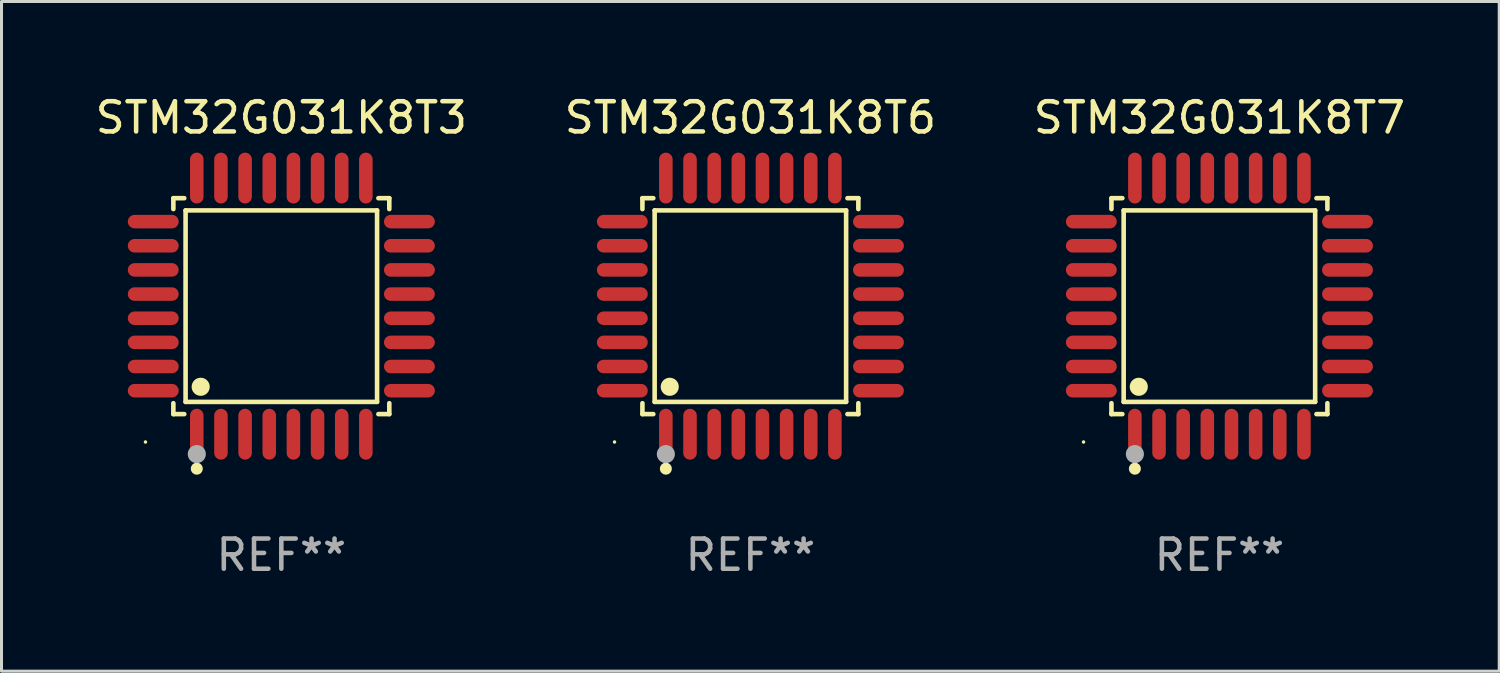
<source format=kicad_pcb>
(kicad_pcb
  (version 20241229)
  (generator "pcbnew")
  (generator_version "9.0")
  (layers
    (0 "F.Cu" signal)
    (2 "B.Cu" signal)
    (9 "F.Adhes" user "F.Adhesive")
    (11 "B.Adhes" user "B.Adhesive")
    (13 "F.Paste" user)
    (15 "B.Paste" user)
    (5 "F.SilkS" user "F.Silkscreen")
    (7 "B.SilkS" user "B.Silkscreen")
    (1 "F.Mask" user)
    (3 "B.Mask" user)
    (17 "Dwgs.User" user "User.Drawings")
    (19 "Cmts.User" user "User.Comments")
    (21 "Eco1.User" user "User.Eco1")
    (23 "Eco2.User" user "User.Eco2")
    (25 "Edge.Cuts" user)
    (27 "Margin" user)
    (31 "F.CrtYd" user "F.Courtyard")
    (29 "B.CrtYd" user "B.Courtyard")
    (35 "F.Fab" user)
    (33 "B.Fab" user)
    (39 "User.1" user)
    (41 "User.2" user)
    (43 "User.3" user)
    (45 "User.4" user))
  (footprint "STM32G031K8T6"
    (layer "F.Cu")
    (at 21.804 7.09)
    (property "Reference" "STM32G031K8T6" (at 0 -6.242 0) (layer "F.SilkS") (effects (font (size 1 1) (thickness 0.15))))
    (attr through_hole)
    (fp_line (start -3.576 -3.576) (end -3.215 -3.576) (stroke (width 0.152) (type solid)) (layer "F.SilkS"))
    (fp_line (start -3.576 -3.215) (end -3.576 -3.576) (stroke (width 0.152) (type solid)) (layer "F.SilkS"))
    (fp_line (start -3.576 3.215) (end -3.576 3.576) (stroke (width 0.152) (type solid)) (layer "F.SilkS"))
    (fp_line (start -3.576 3.576) (end -3.215 3.576) (stroke (width 0.152) (type solid)) (layer "F.SilkS"))
    (fp_line (start -3.171 -3.171) (end 3.171 -3.171) (stroke (width 0.152) (type solid)) (layer "F.SilkS"))
    (fp_line (start -3.171 3.171) (end -3.171 -3.171) (stroke (width 0.152) (type solid)) (layer "F.SilkS"))
    (fp_line (start 3.171 -3.171) (end 3.171 3.171) (stroke (width 0.152) (type solid)) (layer "F.SilkS"))
    (fp_line (start 3.171 3.171) (end -3.171 3.171) (stroke (width 0.152) (type solid)) (layer "F.SilkS"))
    (fp_line (start 3.576 -3.576) (end 3.215 -3.576) (stroke (width 0.152) (type solid)) (layer "F.SilkS"))
    (fp_line (start 3.576 -3.215) (end 3.576 -3.576) (stroke (width 0.152) (type solid)) (layer "F.SilkS"))
    (fp_line (start 3.576 3.215) (end 3.576 3.576) (stroke (width 0.152) (type solid)) (layer "F.SilkS"))
    (fp_line (start 3.576 3.576) (end 3.215 3.576) (stroke (width 0.152) (type solid)) (layer "F.SilkS"))
    (fp_circle (center -4.5 4.5) (end -4.47 4.5) (stroke (width 0.06) (type solid)) (fill no) (layer "F.SilkS"))
    (fp_circle (center -2.8 5.384) (end -2.7 5.384) (stroke (width 0.2) (type solid)) (fill no) (layer "F.SilkS"))
    (fp_circle (center -2.671 2.671) (end -2.521 2.671) (stroke (width 0.3) (type solid)) (fill no) (layer "F.SilkS"))
    (fp_circle (center -2.8 4.9) (end -2.65 4.9) (stroke (width 0.3) (type solid)) (fill no) (layer "F.Fab"))
    (fp_text user "REF**" (at 0 8.242 0) (layer "F.Fab") (effects (font (size 1 1) (thickness 0.15))))
    (pad "1" smd oval (at -2.8 4.242) (size 0.448 1.684) (layers "F.Cu" "F.Mask" "F.Paste"))
    (pad "2" smd oval (at -2 4.242) (size 0.448 1.684) (layers "F.Cu" "F.Mask" "F.Paste"))
    (pad "3" smd oval (at -1.2 4.242) (size 0.448 1.684) (layers "F.Cu" "F.Mask" "F.Paste"))
    (pad "4" smd oval (at -0.4 4.242) (size 0.448 1.684) (layers "F.Cu" "F.Mask" "F.Paste"))
    (pad "5" smd oval (at 0.4 4.242) (size 0.448 1.684) (layers "F.Cu" "F.Mask" "F.Paste"))
    (pad "6" smd oval (at 1.2 4.242) (size 0.448 1.684) (layers "F.Cu" "F.Mask" "F.Paste"))
    (pad "7" smd oval (at 2 4.242) (size 0.448 1.684) (layers "F.Cu" "F.Mask" "F.Paste"))
    (pad "8" smd oval (at 2.8 4.242) (size 0.448 1.684) (layers "F.Cu" "F.Mask" "F.Paste"))
    (pad "9" smd oval (at 4.242 2.8) (size 1.684 0.448) (layers "F.Cu" "F.Mask" "F.Paste"))
    (pad "10" smd oval (at 4.242 2) (size 1.684 0.448) (layers "F.Cu" "F.Mask" "F.Paste"))
    (pad "11" smd oval (at 4.242 1.2) (size 1.684 0.448) (layers "F.Cu" "F.Mask" "F.Paste"))
    (pad "12" smd oval (at 4.242 0.4) (size 1.684 0.448) (layers "F.Cu" "F.Mask" "F.Paste"))
    (pad "13" smd oval (at 4.242 -0.4) (size 1.684 0.448) (layers "F.Cu" "F.Mask" "F.Paste"))
    (pad "14" smd oval (at 4.242 -1.2) (size 1.684 0.448) (layers "F.Cu" "F.Mask" "F.Paste"))
    (pad "15" smd oval (at 4.242 -2) (size 1.684 0.448) (layers "F.Cu" "F.Mask" "F.Paste"))
    (pad "16" smd oval (at 4.242 -2.8) (size 1.684 0.448) (layers "F.Cu" "F.Mask" "F.Paste"))
    (pad "17" smd oval (at 2.8 -4.242) (size 0.448 1.684) (layers "F.Cu" "F.Mask" "F.Paste"))
    (pad "18" smd oval (at 2 -4.242) (size 0.448 1.684) (layers "F.Cu" "F.Mask" "F.Paste"))
    (pad "19" smd oval (at 1.2 -4.242) (size 0.448 1.684) (layers "F.Cu" "F.Mask" "F.Paste"))
    (pad "20" smd oval (at 0.4 -4.242) (size 0.448 1.684) (layers "F.Cu" "F.Mask" "F.Paste"))
    (pad "21" smd oval (at -0.4 -4.242) (size 0.448 1.684) (layers "F.Cu" "F.Mask" "F.Paste"))
    (pad "22" smd oval (at -1.2 -4.242) (size 0.448 1.684) (layers "F.Cu" "F.Mask" "F.Paste"))
    (pad "23" smd oval (at -2 -4.242) (size 0.448 1.684) (layers "F.Cu" "F.Mask" "F.Paste"))
    (pad "24" smd oval (at -2.8 -4.242) (size 0.448 1.684) (layers "F.Cu" "F.Mask" "F.Paste"))
    (pad "25" smd oval (at -4.242 -2.8) (size 1.684 0.448) (layers "F.Cu" "F.Mask" "F.Paste"))
    (pad "26" smd oval (at -4.242 -2) (size 1.684 0.448) (layers "F.Cu" "F.Mask" "F.Paste"))
    (pad "27" smd oval (at -4.242 -1.2) (size 1.684 0.448) (layers "F.Cu" "F.Mask" "F.Paste"))
    (pad "28" smd oval (at -4.242 -0.4) (size 1.684 0.448) (layers "F.Cu" "F.Mask" "F.Paste"))
    (pad "29" smd oval (at -4.242 0.4) (size 1.684 0.448) (layers "F.Cu" "F.Mask" "F.Paste"))
    (pad "30" smd oval (at -4.242 1.2) (size 1.684 0.448) (layers "F.Cu" "F.Mask" "F.Paste"))
    (pad "31" smd oval (at -4.242 2) (size 1.684 0.448) (layers "F.Cu" "F.Mask" "F.Paste"))
    (pad "32" smd oval (at -4.242 2.8) (size 1.684 0.448) (layers "F.Cu" "F.Mask" "F.Paste")))
  (footprint "STM32G031K8T3"
    (layer "F.Cu")
    (at 6.268 7.09)
    (property "Reference" "STM32G031K8T3" (at 0 -6.242 0) (layer "F.SilkS") (effects (font (size 1 1) (thickness 0.15))))
    (attr through_hole)
    (fp_line (start -3.576 -3.576) (end -3.215 -3.576) (stroke (width 0.152) (type solid)) (layer "F.SilkS"))
    (fp_line (start -3.576 -3.215) (end -3.576 -3.576) (stroke (width 0.152) (type solid)) (layer "F.SilkS"))
    (fp_line (start -3.576 3.215) (end -3.576 3.576) (stroke (width 0.152) (type solid)) (layer "F.SilkS"))
    (fp_line (start -3.576 3.576) (end -3.215 3.576) (stroke (width 0.152) (type solid)) (layer "F.SilkS"))
    (fp_line (start -3.171 -3.171) (end 3.171 -3.171) (stroke (width 0.152) (type solid)) (layer "F.SilkS"))
    (fp_line (start -3.171 3.171) (end -3.171 -3.171) (stroke (width 0.152) (type solid)) (layer "F.SilkS"))
    (fp_line (start 3.171 -3.171) (end 3.171 3.171) (stroke (width 0.152) (type solid)) (layer "F.SilkS"))
    (fp_line (start 3.171 3.171) (end -3.171 3.171) (stroke (width 0.152) (type solid)) (layer "F.SilkS"))
    (fp_line (start 3.576 -3.576) (end 3.215 -3.576) (stroke (width 0.152) (type solid)) (layer "F.SilkS"))
    (fp_line (start 3.576 -3.215) (end 3.576 -3.576) (stroke (width 0.152) (type solid)) (layer "F.SilkS"))
    (fp_line (start 3.576 3.215) (end 3.576 3.576) (stroke (width 0.152) (type solid)) (layer "F.SilkS"))
    (fp_line (start 3.576 3.576) (end 3.215 3.576) (stroke (width 0.152) (type solid)) (layer "F.SilkS"))
    (fp_circle (center -4.5 4.5) (end -4.47 4.5) (stroke (width 0.06) (type solid)) (fill no) (layer "F.SilkS"))
    (fp_circle (center -2.8 5.384) (end -2.7 5.384) (stroke (width 0.2) (type solid)) (fill no) (layer "F.SilkS"))
    (fp_circle (center -2.671 2.671) (end -2.521 2.671) (stroke (width 0.3) (type solid)) (fill no) (layer "F.SilkS"))
    (fp_circle (center -2.8 4.9) (end -2.65 4.9) (stroke (width 0.3) (type solid)) (fill no) (layer "F.Fab"))
    (fp_text user "REF**" (at 0 8.242 0) (layer "F.Fab") (effects (font (size 1 1) (thickness 0.15))))
    (pad "1" smd oval (at -2.8 4.242) (size 0.448 1.684) (layers "F.Cu" "F.Mask" "F.Paste"))
    (pad "2" smd oval (at -2 4.242) (size 0.448 1.684) (layers "F.Cu" "F.Mask" "F.Paste"))
    (pad "3" smd oval (at -1.2 4.242) (size 0.448 1.684) (layers "F.Cu" "F.Mask" "F.Paste"))
    (pad "4" smd oval (at -0.4 4.242) (size 0.448 1.684) (layers "F.Cu" "F.Mask" "F.Paste"))
    (pad "5" smd oval (at 0.4 4.242) (size 0.448 1.684) (layers "F.Cu" "F.Mask" "F.Paste"))
    (pad "6" smd oval (at 1.2 4.242) (size 0.448 1.684) (layers "F.Cu" "F.Mask" "F.Paste"))
    (pad "7" smd oval (at 2 4.242) (size 0.448 1.684) (layers "F.Cu" "F.Mask" "F.Paste"))
    (pad "8" smd oval (at 2.8 4.242) (size 0.448 1.684) (layers "F.Cu" "F.Mask" "F.Paste"))
    (pad "9" smd oval (at 4.242 2.8) (size 1.684 0.448) (layers "F.Cu" "F.Mask" "F.Paste"))
    (pad "10" smd oval (at 4.242 2) (size 1.684 0.448) (layers "F.Cu" "F.Mask" "F.Paste"))
    (pad "11" smd oval (at 4.242 1.2) (size 1.684 0.448) (layers "F.Cu" "F.Mask" "F.Paste"))
    (pad "12" smd oval (at 4.242 0.4) (size 1.684 0.448) (layers "F.Cu" "F.Mask" "F.Paste"))
    (pad "13" smd oval (at 4.242 -0.4) (size 1.684 0.448) (layers "F.Cu" "F.Mask" "F.Paste"))
    (pad "14" smd oval (at 4.242 -1.2) (size 1.684 0.448) (layers "F.Cu" "F.Mask" "F.Paste"))
    (pad "15" smd oval (at 4.242 -2) (size 1.684 0.448) (layers "F.Cu" "F.Mask" "F.Paste"))
    (pad "16" smd oval (at 4.242 -2.8) (size 1.684 0.448) (layers "F.Cu" "F.Mask" "F.Paste"))
    (pad "17" smd oval (at 2.8 -4.242) (size 0.448 1.684) (layers "F.Cu" "F.Mask" "F.Paste"))
    (pad "18" smd oval (at 2 -4.242) (size 0.448 1.684) (layers "F.Cu" "F.Mask" "F.Paste"))
    (pad "19" smd oval (at 1.2 -4.242) (size 0.448 1.684) (layers "F.Cu" "F.Mask" "F.Paste"))
    (pad "20" smd oval (at 0.4 -4.242) (size 0.448 1.684) (layers "F.Cu" "F.Mask" "F.Paste"))
    (pad "21" smd oval (at -0.4 -4.242) (size 0.448 1.684) (layers "F.Cu" "F.Mask" "F.Paste"))
    (pad "22" smd oval (at -1.2 -4.242) (size 0.448 1.684) (layers "F.Cu" "F.Mask" "F.Paste"))
    (pad "23" smd oval (at -2 -4.242) (size 0.448 1.684) (layers "F.Cu" "F.Mask" "F.Paste"))
    (pad "24" smd oval (at -2.8 -4.242) (size 0.448 1.684) (layers "F.Cu" "F.Mask" "F.Paste"))
    (pad "25" smd oval (at -4.242 -2.8) (size 1.684 0.448) (layers "F.Cu" "F.Mask" "F.Paste"))
    (pad "26" smd oval (at -4.242 -2) (size 1.684 0.448) (layers "F.Cu" "F.Mask" "F.Paste"))
    (pad "27" smd oval (at -4.242 -1.2) (size 1.684 0.448) (layers "F.Cu" "F.Mask" "F.Paste"))
    (pad "28" smd oval (at -4.242 -0.4) (size 1.684 0.448) (layers "F.Cu" "F.Mask" "F.Paste"))
    (pad "29" smd oval (at -4.242 0.4) (size 1.684 0.448) (layers "F.Cu" "F.Mask" "F.Paste"))
    (pad "30" smd oval (at -4.242 1.2) (size 1.684 0.448) (layers "F.Cu" "F.Mask" "F.Paste"))
    (pad "31" smd oval (at -4.242 2) (size 1.684 0.448) (layers "F.Cu" "F.Mask" "F.Paste"))
    (pad "32" smd oval (at -4.242 2.8) (size 1.684 0.448) (layers "F.Cu" "F.Mask" "F.Paste")))
  (footprint "STM32G031K8T7"
    (layer "F.Cu")
    (at 37.339 7.09)
    (property "Reference" "STM32G031K8T7" (at 0 -6.242 0) (layer "F.SilkS") (effects (font (size 1 1) (thickness 0.15))))
    (attr through_hole)
    (fp_line (start -3.576 -3.576) (end -3.215 -3.576) (stroke (width 0.152) (type solid)) (layer "F.SilkS"))
    (fp_line (start -3.576 -3.215) (end -3.576 -3.576) (stroke (width 0.152) (type solid)) (layer "F.SilkS"))
    (fp_line (start -3.576 3.215) (end -3.576 3.576) (stroke (width 0.152) (type solid)) (layer "F.SilkS"))
    (fp_line (start -3.576 3.576) (end -3.215 3.576) (stroke (width 0.152) (type solid)) (layer "F.SilkS"))
    (fp_line (start -3.171 -3.171) (end 3.171 -3.171) (stroke (width 0.152) (type solid)) (layer "F.SilkS"))
    (fp_line (start -3.171 3.171) (end -3.171 -3.171) (stroke (width 0.152) (type solid)) (layer "F.SilkS"))
    (fp_line (start 3.171 -3.171) (end 3.171 3.171) (stroke (width 0.152) (type solid)) (layer "F.SilkS"))
    (fp_line (start 3.171 3.171) (end -3.171 3.171) (stroke (width 0.152) (type solid)) (layer "F.SilkS"))
    (fp_line (start 3.576 -3.576) (end 3.215 -3.576) (stroke (width 0.152) (type solid)) (layer "F.SilkS"))
    (fp_line (start 3.576 -3.215) (end 3.576 -3.576) (stroke (width 0.152) (type solid)) (layer "F.SilkS"))
    (fp_line (start 3.576 3.215) (end 3.576 3.576) (stroke (width 0.152) (type solid)) (layer "F.SilkS"))
    (fp_line (start 3.576 3.576) (end 3.215 3.576) (stroke (width 0.152) (type solid)) (layer "F.SilkS"))
    (fp_circle (center -4.5 4.5) (end -4.47 4.5) (stroke (width 0.06) (type solid)) (fill no) (layer "F.SilkS"))
    (fp_circle (center -2.8 5.384) (end -2.7 5.384) (stroke (width 0.2) (type solid)) (fill no) (layer "F.SilkS"))
    (fp_circle (center -2.671 2.671) (end -2.521 2.671) (stroke (width 0.3) (type solid)) (fill no) (layer "F.SilkS"))
    (fp_circle (center -2.8 4.9) (end -2.65 4.9) (stroke (width 0.3) (type solid)) (fill no) (layer "F.Fab"))
    (fp_text user "REF**" (at 0 8.242 0) (layer "F.Fab") (effects (font (size 1 1) (thickness 0.15))))
    (pad "1" smd oval (at -2.8 4.242) (size 0.448 1.684) (layers "F.Cu" "F.Mask" "F.Paste"))
    (pad "2" smd oval (at -2 4.242) (size 0.448 1.684) (layers "F.Cu" "F.Mask" "F.Paste"))
    (pad "3" smd oval (at -1.2 4.242) (size 0.448 1.684) (layers "F.Cu" "F.Mask" "F.Paste"))
    (pad "4" smd oval (at -0.4 4.242) (size 0.448 1.684) (layers "F.Cu" "F.Mask" "F.Paste"))
    (pad "5" smd oval (at 0.4 4.242) (size 0.448 1.684) (layers "F.Cu" "F.Mask" "F.Paste"))
    (pad "6" smd oval (at 1.2 4.242) (size 0.448 1.684) (layers "F.Cu" "F.Mask" "F.Paste"))
    (pad "7" smd oval (at 2 4.242) (size 0.448 1.684) (layers "F.Cu" "F.Mask" "F.Paste"))
    (pad "8" smd oval (at 2.8 4.242) (size 0.448 1.684) (layers "F.Cu" "F.Mask" "F.Paste"))
    (pad "9" smd oval (at 4.242 2.8) (size 1.684 0.448) (layers "F.Cu" "F.Mask" "F.Paste"))
    (pad "10" smd oval (at 4.242 2) (size 1.684 0.448) (layers "F.Cu" "F.Mask" "F.Paste"))
    (pad "11" smd oval (at 4.242 1.2) (size 1.684 0.448) (layers "F.Cu" "F.Mask" "F.Paste"))
    (pad "12" smd oval (at 4.242 0.4) (size 1.684 0.448) (layers "F.Cu" "F.Mask" "F.Paste"))
    (pad "13" smd oval (at 4.242 -0.4) (size 1.684 0.448) (layers "F.Cu" "F.Mask" "F.Paste"))
    (pad "14" smd oval (at 4.242 -1.2) (size 1.684 0.448) (layers "F.Cu" "F.Mask" "F.Paste"))
    (pad "15" smd oval (at 4.242 -2) (size 1.684 0.448) (layers "F.Cu" "F.Mask" "F.Paste"))
    (pad "16" smd oval (at 4.242 -2.8) (size 1.684 0.448) (layers "F.Cu" "F.Mask" "F.Paste"))
    (pad "17" smd oval (at 2.8 -4.242) (size 0.448 1.684) (layers "F.Cu" "F.Mask" "F.Paste"))
    (pad "18" smd oval (at 2 -4.242) (size 0.448 1.684) (layers "F.Cu" "F.Mask" "F.Paste"))
    (pad "19" smd oval (at 1.2 -4.242) (size 0.448 1.684) (layers "F.Cu" "F.Mask" "F.Paste"))
    (pad "20" smd oval (at 0.4 -4.242) (size 0.448 1.684) (layers "F.Cu" "F.Mask" "F.Paste"))
    (pad "21" smd oval (at -0.4 -4.242) (size 0.448 1.684) (layers "F.Cu" "F.Mask" "F.Paste"))
    (pad "22" smd oval (at -1.2 -4.242) (size 0.448 1.684) (layers "F.Cu" "F.Mask" "F.Paste"))
    (pad "23" smd oval (at -2 -4.242) (size 0.448 1.684) (layers "F.Cu" "F.Mask" "F.Paste"))
    (pad "24" smd oval (at -2.8 -4.242) (size 0.448 1.684) (layers "F.Cu" "F.Mask" "F.Paste"))
    (pad "25" smd oval (at -4.242 -2.8) (size 1.684 0.448) (layers "F.Cu" "F.Mask" "F.Paste"))
    (pad "26" smd oval (at -4.242 -2) (size 1.684 0.448) (layers "F.Cu" "F.Mask" "F.Paste"))
    (pad "27" smd oval (at -4.242 -1.2) (size 1.684 0.448) (layers "F.Cu" "F.Mask" "F.Paste"))
    (pad "28" smd oval (at -4.242 -0.4) (size 1.684 0.448) (layers "F.Cu" "F.Mask" "F.Paste"))
    (pad "29" smd oval (at -4.242 0.4) (size 1.684 0.448) (layers "F.Cu" "F.Mask" "F.Paste"))
    (pad "30" smd oval (at -4.242 1.2) (size 1.684 0.448) (layers "F.Cu" "F.Mask" "F.Paste"))
    (pad "31" smd oval (at -4.242 2) (size 1.684 0.448) (layers "F.Cu" "F.Mask" "F.Paste"))
    (pad "32" smd oval (at -4.242 2.8) (size 1.684 0.448) (layers "F.Cu" "F.Mask" "F.Paste")))
  (gr_rect
    (start -3 -3)
    (end 46.607 19.181)
    (stroke (width 0.1) (type default))
    (fill no)
    (layer "Edge.Cuts")))
</source>
